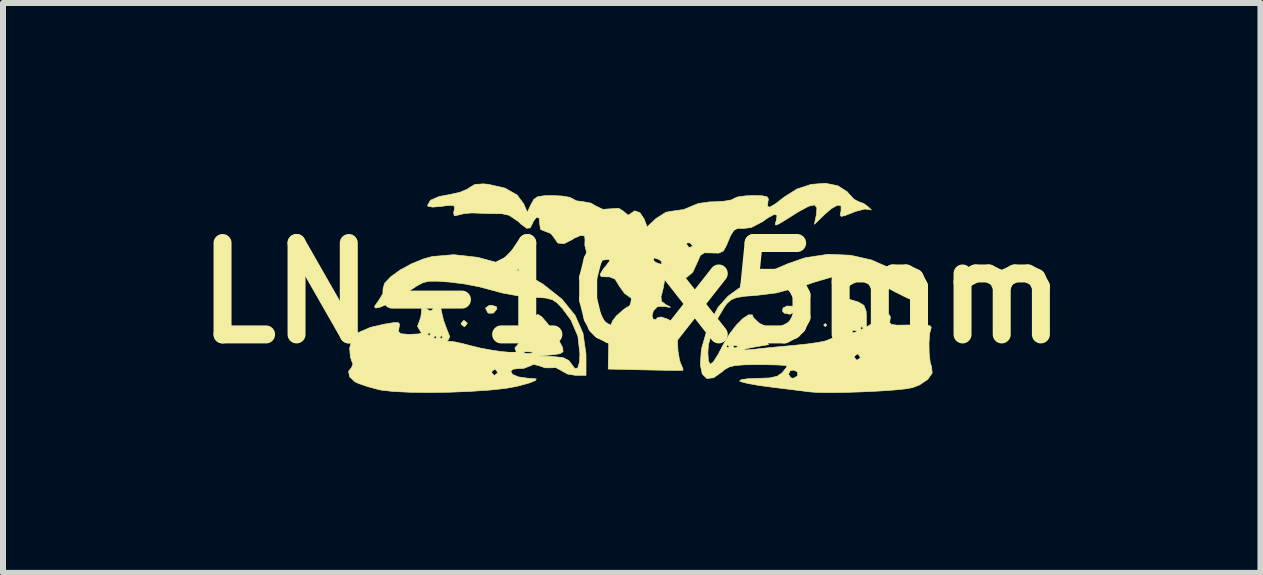
<source format=kicad_pcb>
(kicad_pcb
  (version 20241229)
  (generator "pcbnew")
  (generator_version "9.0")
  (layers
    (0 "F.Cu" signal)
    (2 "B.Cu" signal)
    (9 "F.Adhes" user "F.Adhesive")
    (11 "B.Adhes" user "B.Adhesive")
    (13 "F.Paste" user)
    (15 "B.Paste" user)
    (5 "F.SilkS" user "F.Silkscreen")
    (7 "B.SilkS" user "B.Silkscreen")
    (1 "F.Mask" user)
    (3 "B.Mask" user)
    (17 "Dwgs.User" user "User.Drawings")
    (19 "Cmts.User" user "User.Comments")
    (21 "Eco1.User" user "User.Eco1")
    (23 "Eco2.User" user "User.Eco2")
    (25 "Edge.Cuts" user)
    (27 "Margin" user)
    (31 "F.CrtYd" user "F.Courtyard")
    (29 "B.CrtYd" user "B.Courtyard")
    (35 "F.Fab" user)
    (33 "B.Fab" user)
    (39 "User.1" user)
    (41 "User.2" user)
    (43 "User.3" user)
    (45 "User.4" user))
  (footprint "LN-10x5mm"
    (layer "F.Cu")
    (at 7.482 1.836)
    (property "Reference" "LN-10x5mm" (at 0 0 0) (layer "F.SilkS") (effects (font (size 1.524 1.524) (thickness 0.3))))
    (attr through_hole)
    (fp_poly (pts (xy 3.251 0.533) (xy 3.226 0.559) (xy 3.2 0.533) (xy 3.226 0.508) (xy 3.251 0.533)) (stroke (width 0.01) (type solid)) (fill yes) (layer "F.SilkS"))
    (fp_poly (pts (xy -2.745 0.496) (xy -2.743 0.508) (xy -2.782 0.557) (xy -2.794 0.559) (xy -2.843 0.52) (xy -2.845 0.508) (xy -2.806 0.459) (xy -2.794 0.457) (xy -2.745 0.496)) (stroke (width 0.01) (type solid)) (fill yes) (layer "F.SilkS"))
    (fp_poly (pts (xy -2.256 0.227) (xy -2.247 0.264) (xy -2.306 0.334) (xy -2.385 0.336) (xy -2.403 0.323) (xy -2.437 0.25) (xy -2.38 0.208) (xy -2.333 0.203) (xy -2.256 0.227)) (stroke (width 0.01) (type solid)) (fill yes) (layer "F.SilkS"))
    (fp_poly (pts (xy 2.572 0.631) (xy 2.591 0.66) (xy 2.548 0.702) (xy 2.489 0.711) (xy 2.407 0.69) (xy 2.388 0.66) (xy 2.43 0.619) (xy 2.489 0.61) (xy 2.572 0.631)) (stroke (width 0.01) (type solid)) (fill yes) (layer "F.SilkS"))
    (fp_poly (pts (xy 2.673 0.219) (xy 2.691 0.228) (xy 2.723 0.288) (xy 2.716 0.308) (xy 2.64 0.353) (xy 2.547 0.336) (xy 2.514 0.304) (xy 2.522 0.25) (xy 2.589 0.216) (xy 2.673 0.219)) (stroke (width 0.01) (type solid)) (fill yes) (layer "F.SilkS"))
    (fp_poly (pts (xy -2.569 -0.596) (xy -2.157 -0.484) (xy -1.753 -0.31) (xy -1.48 -0.149) (xy -1.164 0.101) (xy -0.944 0.372) (xy -0.812 0.672) (xy -0.763 1.014) (xy -0.762 1.065) (xy -0.762 1.372) (xy -0.934 1.372) (xy -1.07 1.35) (xy -1.167 1.297) (xy -1.169 1.294) (xy -1.267 1.242) (xy -1.326 1.246) (xy -1.443 1.247) (xy -1.525 1.218) (xy -1.637 1.188) (xy -1.698 1.216) (xy -1.799 1.255) (xy -1.88 1.258) (xy -1.978 1.269) (xy -2.016 1.302) (xy -1.989 1.355) (xy -1.886 1.398) (xy -1.73 1.42) (xy -1.681 1.422) (xy -1.593 1.431) (xy -1.603 1.457) (xy -1.709 1.499) (xy -1.91 1.554) (xy -1.913 1.555) (xy -2.107 1.59) (xy -2.374 1.618) (xy -2.691 1.639) (xy -3.034 1.653) (xy -3.377 1.658) (xy -3.698 1.654) (xy -3.973 1.641) (xy -4.176 1.618) (xy -4.216 1.61) (xy -4.395 1.562) (xy -4.548 1.51) (xy -4.61 1.482) (xy -4.703 1.397) (xy -4.717 1.321) (xy -2.337 1.321) (xy -2.298 1.37) (xy -2.286 1.372) (xy -2.237 1.333) (xy -2.235 1.321) (xy -2.274 1.271) (xy -2.286 1.27) (xy -2.335 1.309) (xy -2.337 1.321) (xy -4.717 1.321) (xy -4.72 1.304) (xy -4.671 1.243) (xy -4.647 1.181) (xy -4.662 1.151) (xy -4.691 1.063) (xy -4.696 1.001) (xy -1.797 1.001) (xy -1.727 1.008) (xy -1.655 1) (xy -1.664 0.982) (xy -1.768 0.976) (xy -1.791 0.982) (xy -1.797 1.001) (xy -4.696 1.001) (xy -4.702 0.928) (xy -4.702 0.917) (xy -4.665 0.77) (xy -4.632 0.737) (xy -3.302 0.737) (xy -3.277 0.762) (xy -3.251 0.737) (xy -3.2 0.737) (xy -3.175 0.762) (xy -3.15 0.737) (xy -3.175 0.711) (xy -3.2 0.737) (xy -3.251 0.737) (xy -3.277 0.711) (xy -3.302 0.737) (xy -4.632 0.737) (xy -4.553 0.657) (xy -4.357 0.572) (xy -4.124 0.518) (xy -3.969 0.493) (xy -3.892 0.492) (xy -3.87 0.521) (xy -3.88 0.579) (xy -3.888 0.646) (xy -3.849 0.678) (xy -3.74 0.687) (xy -3.681 0.687) (xy -3.653 0.686) (xy -3.404 0.686) (xy -3.378 0.711) (xy -3.353 0.686) (xy -3.378 0.66) (xy -3.404 0.686) (xy -3.653 0.686) (xy -3.547 0.681) (xy -3.503 0.661) (xy -3.526 0.632) (xy -3.571 0.555) (xy -3.553 0.505) (xy -3.515 0.397) (xy -3.506 0.311) (xy -3.496 0.229) (xy -3.454 0.235) (xy -3.428 0.255) (xy -3.366 0.298) (xy -3.325 0.283) (xy -3.271 0.194) (xy -3.263 0.179) (xy -3.227 0.128) (xy -3.204 0.15) (xy -3.181 0.258) (xy -3.178 0.281) (xy -3.138 0.452) (xy -3.083 0.604) (xy -3.076 0.619) (xy -3.034 0.727) (xy -3.057 0.779) (xy -3.065 0.783) (xy -3.081 0.802) (xy -3.048 0.803) (xy -2.959 0.812) (xy -2.812 0.844) (xy -2.692 0.876) (xy -2.538 0.914) (xy -2.364 0.947) (xy -2.193 0.973) (xy -2.046 0.987) (xy -1.947 0.989) (xy -1.918 0.976) (xy -1.929 0.966) (xy -1.949 0.916) (xy -1.9 0.86) (xy -1.828 0.77) (xy -1.749 0.63) (xy -1.722 0.572) (xy -1.654 0.443) (xy -1.587 0.366) (xy -1.563 0.356) (xy -1.502 0.395) (xy -1.411 0.498) (xy -1.332 0.608) (xy -1.213 0.793) (xy -1.151 0.911) (xy -1.145 0.978) (xy -1.196 1.011) (xy -1.303 1.027) (xy -1.329 1.029) (xy -1.549 1.049) (xy -1.31 1.058) (xy -1.144 1.076) (xy -1.049 1.124) (xy -1.016 1.168) (xy -0.949 1.258) (xy -0.9 1.25) (xy -0.87 1.147) (xy -0.864 1.014) (xy -0.898 0.717) (xy -1.011 0.453) (xy -1.155 0.257) (xy -1.241 0.165) (xy -1.322 0.111) (xy -1.43 0.083) (xy -1.598 0.07) (xy -1.667 0.067) (xy -1.907 0.044) (xy -2.16 -0.002) (xy -2.329 -0.048) (xy -2.535 -0.103) (xy -2.787 -0.152) (xy -3.033 -0.183) (xy -3.035 -0.183) (xy -3.241 -0.198) (xy -3.378 -0.197) (xy -3.479 -0.174) (xy -3.578 -0.122) (xy -3.664 -0.065) (xy -3.873 0.07) (xy -4.05 0.17) (xy -4.186 0.232) (xy -4.269 0.251) (xy -4.289 0.224) (xy -4.234 0.146) (xy -4.227 0.138) (xy -4.15 0.013) (xy -4.145 -0.078) (xy -4.119 -0.165) (xy -4.018 -0.271) (xy -3.862 -0.384) (xy -3.671 -0.488) (xy -3.467 -0.571) (xy -3.324 -0.61) (xy -2.966 -0.64) (xy -2.569 -0.596)) (stroke (width 0.01) (type solid)) (fill yes) (layer "F.SilkS"))
    (fp_poly (pts (xy 3.646 -0.631) (xy 3.997 -0.552) (xy 4.311 -0.414) (xy 4.571 -0.224) (xy 4.757 0.012) (xy 4.771 0.038) (xy 4.8 0.111) (xy 4.787 0.144) (xy 4.72 0.134) (xy 4.589 0.079) (xy 4.385 -0.023) (xy 4.284 -0.076) (xy 4.014 -0.206) (xy 3.786 -0.281) (xy 3.569 -0.3) (xy 3.333 -0.267) (xy 3.048 -0.183) (xy 2.946 -0.148) (xy 2.414 -0.003) (xy 2.092 0.037) (xy 1.883 0.053) (xy 1.747 0.075) (xy 1.66 0.11) (xy 1.594 0.168) (xy 1.548 0.226) (xy 1.365 0.537) (xy 1.278 0.864) (xy 1.27 0.992) (xy 1.278 1.132) (xy 1.306 1.186) (xy 1.358 1.152) (xy 1.412 1.067) (xy 3.708 1.067) (xy 3.747 1.116) (xy 3.759 1.118) (xy 3.809 1.079) (xy 3.81 1.067) (xy 3.771 1.017) (xy 3.759 1.016) (xy 3.71 1.055) (xy 3.708 1.067) (xy 1.412 1.067) (xy 1.438 1.027) (xy 1.511 0.889) (xy 1.575 0.889) (xy 1.6 0.914) (xy 1.626 0.889) (xy 1.617 0.881) (xy 1.693 0.881) (xy 1.7 0.911) (xy 1.727 0.914) (xy 1.769 0.896) (xy 1.761 0.881) (xy 1.701 0.874) (xy 1.693 0.881) (xy 1.617 0.881) (xy 1.6 0.864) (xy 1.575 0.889) (xy 1.511 0.889) (xy 1.523 0.865) (xy 1.628 0.687) (xy 1.742 0.536) (xy 1.854 0.424) (xy 1.948 0.363) (xy 2.012 0.364) (xy 2.032 0.425) (xy 2.059 0.507) (xy 2.126 0.631) (xy 2.156 0.677) (xy 2.281 0.86) (xy 2.093 0.891) (xy 1.934 0.921) (xy 1.862 0.942) (xy 1.879 0.95) (xy 1.992 0.942) (xy 2.032 0.938) (xy 2.19 0.921) (xy 2.409 0.899) (xy 2.65 0.877) (xy 2.723 0.87) (xy 2.934 0.848) (xy 3.109 0.823) (xy 3.221 0.801) (xy 3.244 0.792) (xy 3.337 0.755) (xy 3.441 0.73) (xy 3.56 0.701) (xy 3.602 0.676) (xy 3.557 0.661) (xy 3.526 0.66) (xy 3.471 0.649) (xy 3.459 0.627) (xy 3.675 0.627) (xy 3.682 0.657) (xy 3.708 0.66) (xy 3.75 0.642) (xy 3.742 0.627) (xy 3.682 0.62) (xy 3.675 0.627) (xy 3.459 0.627) (xy 3.445 0.599) (xy 3.444 0.584) (xy 3.81 0.584) (xy 3.835 0.61) (xy 3.861 0.584) (xy 3.835 0.559) (xy 3.81 0.584) (xy 3.444 0.584) (xy 3.441 0.485) (xy 3.446 0.381) (xy 3.468 0.203) (xy 3.518 0.114) (xy 3.614 0.1) (xy 3.776 0.149) (xy 3.781 0.151) (xy 3.872 0.206) (xy 3.908 0.301) (xy 3.912 0.384) (xy 3.912 0.567) (xy 4.083 0.461) (xy 4.224 0.381) (xy 4.297 0.362) (xy 4.314 0.404) (xy 4.305 0.449) (xy 4.302 0.497) (xy 4.335 0.524) (xy 4.424 0.535) (xy 4.59 0.533) (xy 4.654 0.532) (xy 4.861 0.531) (xy 4.973 0.545) (xy 4.994 0.574) (xy 4.994 0.575) (xy 4.967 0.673) (xy 4.956 0.831) (xy 4.959 1.005) (xy 4.976 1.155) (xy 4.999 1.229) (xy 5.009 1.333) (xy 4.935 1.44) (xy 4.794 1.534) (xy 4.679 1.577) (xy 4.56 1.598) (xy 4.365 1.617) (xy 4.118 1.634) (xy 3.843 1.647) (xy 3.566 1.656) (xy 3.31 1.66) (xy 3.101 1.657) (xy 2.972 1.648) (xy 2.855 1.633) (xy 2.669 1.61) (xy 2.444 1.582) (xy 2.322 1.567) (xy 2.108 1.538) (xy 1.934 1.507) (xy 1.824 1.479) (xy 1.798 1.465) (xy 1.83 1.443) (xy 1.94 1.428) (xy 2.097 1.422) (xy 2.298 1.415) (xy 2.424 1.387) (xy 2.472 1.354) (xy 2.614 1.354) (xy 2.652 1.411) (xy 2.692 1.422) (xy 2.759 1.386) (xy 2.766 1.375) (xy 2.763 1.315) (xy 2.702 1.283) (xy 2.641 1.296) (xy 2.614 1.354) (xy 2.472 1.354) (xy 2.503 1.333) (xy 2.507 1.329) (xy 2.571 1.251) (xy 2.591 1.214) (xy 2.544 1.205) (xy 2.417 1.198) (xy 2.233 1.194) (xy 2.112 1.193) (xy 1.882 1.196) (xy 1.728 1.207) (xy 1.627 1.231) (xy 1.554 1.272) (xy 1.512 1.308) (xy 1.366 1.412) (xy 1.252 1.424) (xy 1.176 1.35) (xy 1.144 1.195) (xy 1.159 0.967) (xy 1.169 0.909) (xy 1.277 0.54) (xy 1.442 0.235) (xy 1.606 0.052) (xy 1.788 -0.08) (xy 2.036 -0.225) (xy 2.319 -0.367) (xy 2.605 -0.49) (xy 2.864 -0.58) (xy 2.909 -0.592) (xy 3.277 -0.647) (xy 3.646 -0.631)) (stroke (width 0.01) (type solid)) (fill yes) (layer "F.SilkS"))
    (fp_poly (pts (xy 3.435 -1.79) (xy 3.594 -1.688) (xy 3.622 -1.654) (xy 3.708 -1.563) (xy 3.782 -1.524) (xy 3.783 -1.524) (xy 3.869 -1.492) (xy 3.946 -1.435) (xy 3.996 -1.385) (xy 3.978 -1.39) (xy 3.885 -1.401) (xy 3.735 -1.362) (xy 3.708 -1.352) (xy 3.564 -1.295) (xy 3.493 -1.278) (xy 3.475 -1.3) (xy 3.489 -1.366) (xy 3.49 -1.372) (xy 3.49 -1.455) (xy 3.431 -1.466) (xy 3.325 -1.406) (xy 3.215 -1.31) (xy 3.046 -1.147) (xy 3.079 -1.31) (xy 3.087 -1.424) (xy 3.047 -1.47) (xy 2.95 -1.448) (xy 2.787 -1.36) (xy 2.74 -1.331) (xy 2.563 -1.219) (xy 2.456 -1.155) (xy 2.404 -1.133) (xy 2.392 -1.148) (xy 2.405 -1.194) (xy 2.411 -1.213) (xy 2.423 -1.297) (xy 2.378 -1.312) (xy 2.271 -1.255) (xy 2.182 -1.191) (xy 1.992 -1.092) (xy 1.86 -1.077) (xy 1.768 -1.079) (xy 1.704 -1.046) (xy 1.648 -0.958) (xy 1.58 -0.796) (xy 1.528 -0.701) (xy 1.451 -0.666) (xy 1.338 -0.669) (xy 1.211 -0.671) (xy 1.145 -0.63) (xy 1.103 -0.533) (xy 1.017 -0.347) (xy 0.913 -0.259) (xy 0.794 -0.27) (xy 0.681 -0.361) (xy 0.584 -0.469) (xy 0.554 -0.247) (xy 0.527 -0.091) (xy 0.497 0.031) (xy 0.488 0.055) (xy 0.496 0.138) (xy 0.569 0.193) (xy 0.646 0.233) (xy 0.632 0.239) (xy 0.55 0.223) (xy 0.433 0.223) (xy 0.36 0.296) (xy 0.36 0.297) (xy 0.339 0.382) (xy 0.36 0.44) (xy 0.405 0.439) (xy 0.429 0.411) (xy 0.491 0.398) (xy 0.604 0.437) (xy 0.61 0.44) (xy 0.698 0.492) (xy 0.743 0.558) (xy 0.76 0.669) (xy 0.762 0.794) (xy 0.772 0.971) (xy 0.797 1.119) (xy 0.817 1.176) (xy 0.853 1.259) (xy 0.855 1.287) (xy 0.801 1.289) (xy 0.665 1.289) (xy 0.468 1.286) (xy 0.231 1.281) (xy 0.223 1.281) (xy -0.392 1.267) (xy -0.385 0.89) (xy -0.377 0.685) (xy -0.356 0.55) (xy -0.314 0.455) (xy -0.253 0.378) (xy -0.13 0.27) (xy -0.005 0.192) (xy 0 0.19) (xy 0.127 0.137) (xy -0.007 0.086) (xy -0.121 0.004) (xy -0.21 -0.121) (xy -0.21 -0.122) (xy -0.278 -0.233) (xy -0.369 -0.27) (xy -0.42 -0.27) (xy -0.509 -0.274) (xy -0.528 -0.312) (xy -0.474 -0.4) (xy -0.411 -0.478) (xy -0.365 -0.54) (xy -0.383 -0.561) (xy -0.482 -0.55) (xy -0.511 -0.546) (xy -0.636 -0.536) (xy -0.703 -0.571) (xy -0.706 -0.579) (xy 0.359 -0.579) (xy 0.372 -0.535) (xy 0.406 -0.508) (xy 0.482 -0.482) (xy 0.505 -0.488) (xy 0.492 -0.531) (xy 0.457 -0.559) (xy 0.381 -0.585) (xy 0.359 -0.579) (xy -0.706 -0.579) (xy -0.75 -0.669) (xy -0.782 -0.797) (xy -0.781 -0.816) (xy 0.914 -0.816) (xy 0.951 -0.764) (xy 0.965 -0.762) (xy 1.015 -0.779) (xy 1.016 -0.784) (xy 0.98 -0.828) (xy 0.965 -0.838) (xy 0.918 -0.834) (xy 0.914 -0.816) (xy -0.781 -0.816) (xy -0.779 -0.893) (xy -0.785 -0.952) (xy -0.853 -0.96) (xy -0.957 -0.916) (xy -0.994 -0.891) (xy -1.128 -0.823) (xy -1.232 -0.834) (xy -1.284 -0.91) (xy -1.349 -0.993) (xy -1.429 -1.024) (xy -1.52 -1.061) (xy -1.534 -1.152) (xy -1.534 -1.156) (xy -1.543 -1.249) (xy -1.589 -1.263) (xy -1.642 -1.193) (xy -1.651 -1.168) (xy -1.693 -1.086) (xy -1.753 -1.081) (xy -1.851 -1.155) (xy -1.893 -1.195) (xy -2.044 -1.297) (xy -2.166 -1.323) (xy -2.398 -1.326) (xy -2.667 -1.336) (xy -2.8 -1.324) (xy -2.879 -1.304) (xy -2.958 -1.288) (xy -2.969 -1.338) (xy -2.961 -1.374) (xy -2.951 -1.438) (xy -2.982 -1.463) (xy -3.078 -1.459) (xy -3.168 -1.446) (xy -3.321 -1.433) (xy -3.398 -1.449) (xy -3.404 -1.461) (xy -3.356 -1.547) (xy -3.211 -1.61) (xy -3.032 -1.643) (xy -2.869 -1.679) (xy -2.74 -1.732) (xy -2.705 -1.758) (xy -2.615 -1.811) (xy -2.476 -1.821) (xy -2.391 -1.813) (xy -2.113 -1.75) (xy -1.912 -1.636) (xy -1.801 -1.488) (xy -1.741 -1.346) (xy -1.675 -1.486) (xy -1.629 -1.565) (xy -1.566 -1.607) (xy -1.455 -1.623) (xy -1.316 -1.626) (xy -1.152 -1.617) (xy -1.032 -1.596) (xy -0.991 -1.575) (xy -0.922 -1.538) (xy -0.813 -1.524) (xy -0.679 -1.499) (xy -0.592 -1.448) (xy -0.48 -1.396) (xy -0.352 -1.405) (xy -0.216 -1.413) (xy -0.133 -1.362) (xy -0.124 -1.351) (xy -0.06 -1.299) (xy -0.027 -1.318) (xy 0.049 -1.371) (xy 0.136 -1.34) (xy 0.206 -1.237) (xy 0.257 -1.102) (xy 0.398 -1.237) (xy 0.57 -1.348) (xy 0.717 -1.372) (xy 0.869 -1.393) (xy 0.99 -1.444) (xy 0.994 -1.446) (xy 1.112 -1.494) (xy 1.297 -1.52) (xy 1.381 -1.522) (xy 1.544 -1.532) (xy 1.662 -1.553) (xy 1.702 -1.575) (xy 1.766 -1.603) (xy 1.899 -1.621) (xy 2.016 -1.626) (xy 2.176 -1.622) (xy 2.256 -1.606) (xy 2.279 -1.569) (xy 2.271 -1.524) (xy 2.264 -1.445) (xy 2.304 -1.433) (xy 2.4 -1.49) (xy 2.538 -1.598) (xy 2.753 -1.734) (xy 2.991 -1.812) (xy 3.226 -1.831) (xy 3.435 -1.79)) (stroke (width 0.01) (type solid)) (fill yes) (layer "F.SilkS")))
  (gr_rect
    (start -3 -3)
    (end 17.964 6.501)
    (stroke (width 0.1) (type default))
    (fill no)
    (layer "Edge.Cuts")))
</source>
